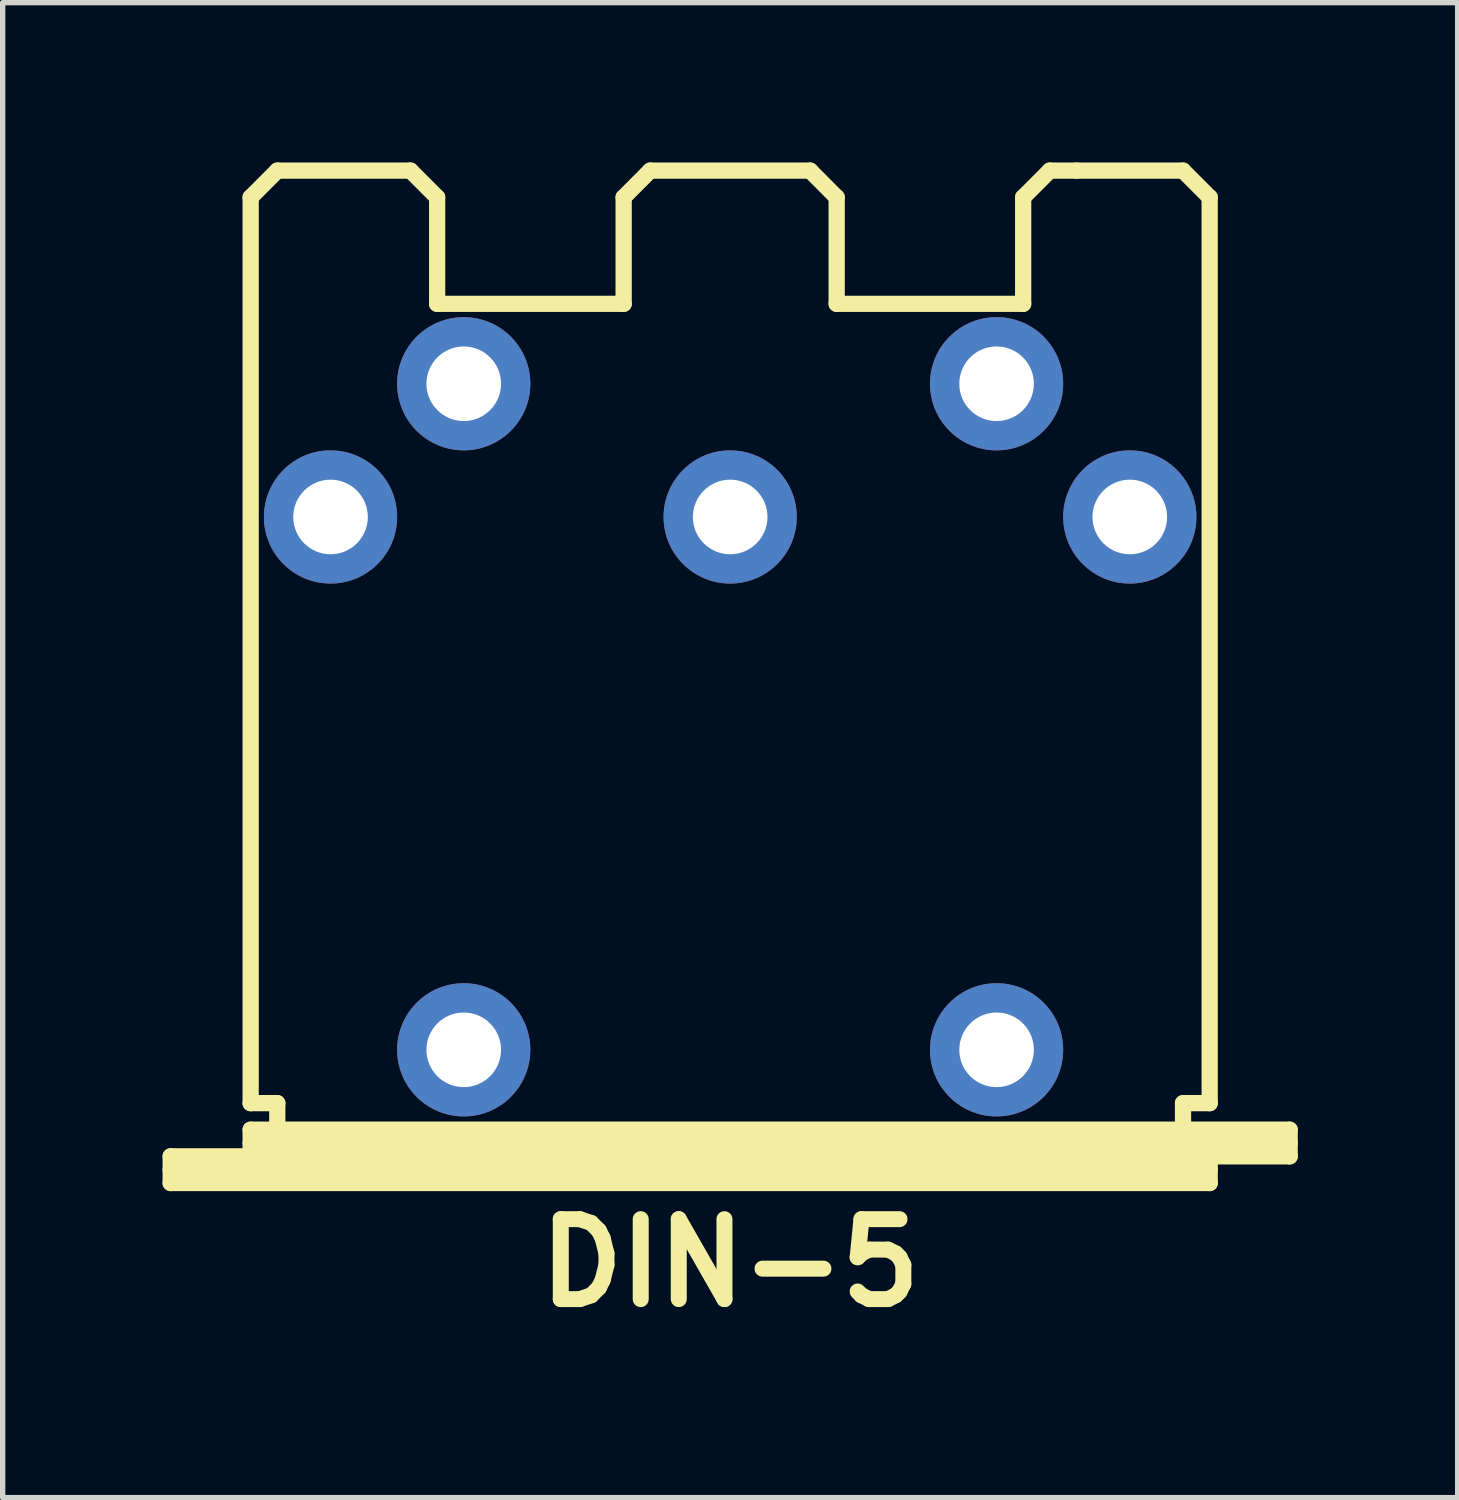
<source format=kicad_pcb>
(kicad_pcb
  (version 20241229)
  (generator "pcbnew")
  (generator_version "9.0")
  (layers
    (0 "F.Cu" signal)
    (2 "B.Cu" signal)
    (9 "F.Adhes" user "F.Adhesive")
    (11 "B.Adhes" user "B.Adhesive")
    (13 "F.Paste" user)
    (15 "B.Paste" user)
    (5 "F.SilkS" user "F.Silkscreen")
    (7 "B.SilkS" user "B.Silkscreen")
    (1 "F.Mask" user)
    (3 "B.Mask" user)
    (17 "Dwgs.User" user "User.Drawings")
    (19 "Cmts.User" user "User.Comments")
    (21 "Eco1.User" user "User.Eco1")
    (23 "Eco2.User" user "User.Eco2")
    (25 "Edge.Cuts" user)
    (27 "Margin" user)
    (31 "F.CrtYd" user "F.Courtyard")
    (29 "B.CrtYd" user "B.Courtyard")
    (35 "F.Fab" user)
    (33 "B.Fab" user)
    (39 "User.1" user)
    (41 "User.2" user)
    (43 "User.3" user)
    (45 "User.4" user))
  (footprint "DIN-5"
    (layer "F.Cu")
    (at 10.653 9.652)
    (property "Reference" "DIN-5" (at 0 11 0) (layer "F.SilkS") (effects (font (size 1.5 1.5) (thickness 0.3))))
    (attr through_hole)
    (fp_line (start -10.5 8.999) (end -8.999 8.999) (stroke (width 0.305) (type solid)) (layer "F.SilkS"))
    (fp_line (start -10.5 9.251) (end 8.999 9.251) (stroke (width 0.305) (type solid)) (layer "F.SilkS"))
    (fp_line (start -10.5 9.5) (end -10.5 8.999) (stroke (width 0.305) (type solid)) (layer "F.SilkS"))
    (fp_line (start -8.999 -8.999) (end -8.999 8.001) (stroke (width 0.305) (type solid)) (layer "F.SilkS"))
    (fp_line (start -8.999 -8.999) (end -8.499 -9.5) (stroke (width 0.305) (type solid)) (layer "F.SilkS"))
    (fp_line (start -8.999 8.001) (end -8.499 8.001) (stroke (width 0.305) (type solid)) (layer "F.SilkS"))
    (fp_line (start -8.999 8.499) (end 10.5 8.499) (stroke (width 0.305) (type solid)) (layer "F.SilkS"))
    (fp_line (start -8.999 8.75) (end 10.5 8.75) (stroke (width 0.305) (type solid)) (layer "F.SilkS"))
    (fp_line (start -8.999 8.999) (end -8.999 8.499) (stroke (width 0.305) (type solid)) (layer "F.SilkS"))
    (fp_line (start -8.499 -9.5) (end -5.999 -9.5) (stroke (width 0.305) (type solid)) (layer "F.SilkS"))
    (fp_line (start -8.499 8.001) (end -8.499 8.499) (stroke (width 0.305) (type solid)) (layer "F.SilkS"))
    (fp_line (start -5.999 -9.5) (end -5.499 -8.999) (stroke (width 0.305) (type solid)) (layer "F.SilkS"))
    (fp_line (start -5.499 -8.999) (end -5.499 -7) (stroke (width 0.305) (type solid)) (layer "F.SilkS"))
    (fp_line (start -5.499 -7) (end -1.999 -7) (stroke (width 0.305) (type solid)) (layer "F.SilkS"))
    (fp_line (start -1.999 -8.999) (end -1.999 -7) (stroke (width 0.305) (type solid)) (layer "F.SilkS"))
    (fp_line (start -1.501 -9.5) (end -1.999 -8.999) (stroke (width 0.305) (type solid)) (layer "F.SilkS"))
    (fp_line (start -1.501 -9.5) (end 1.501 -9.5) (stroke (width 0.305) (type solid)) (layer "F.SilkS"))
    (fp_line (start 1.501 -9.5) (end 1.999 -8.999) (stroke (width 0.305) (type solid)) (layer "F.SilkS"))
    (fp_line (start 1.999 -8.999) (end 1.999 -7) (stroke (width 0.305) (type solid)) (layer "F.SilkS"))
    (fp_line (start 5.499 -8.999) (end 5.499 -7) (stroke (width 0.305) (type solid)) (layer "F.SilkS"))
    (fp_line (start 5.499 -7) (end 1.999 -7) (stroke (width 0.305) (type solid)) (layer "F.SilkS"))
    (fp_line (start 5.999 -9.5) (end 5.499 -8.999) (stroke (width 0.305) (type solid)) (layer "F.SilkS"))
    (fp_line (start 6.5 -9.5) (end 5.999 -9.5) (stroke (width 0.305) (type solid)) (layer "F.SilkS"))
    (fp_line (start 8.499 -9.5) (end 6.5 -9.5) (stroke (width 0.305) (type solid)) (layer "F.SilkS"))
    (fp_line (start 8.499 8.499) (end 8.499 8.001) (stroke (width 0.305) (type solid)) (layer "F.SilkS"))
    (fp_line (start 8.999 -8.999) (end 8.499 -9.5) (stroke (width 0.305) (type solid)) (layer "F.SilkS"))
    (fp_line (start 8.999 -8.999) (end 8.999 8.001) (stroke (width 0.305) (type solid)) (layer "F.SilkS"))
    (fp_line (start 8.999 8.001) (end 8.499 8.001) (stroke (width 0.305) (type solid)) (layer "F.SilkS"))
    (fp_line (start 8.999 8.999) (end -8.999 8.999) (stroke (width 0.305) (type solid)) (layer "F.SilkS"))
    (fp_line (start 8.999 8.999) (end 8.999 9.5) (stroke (width 0.305) (type solid)) (layer "F.SilkS"))
    (fp_line (start 8.999 9.5) (end -10.5 9.5) (stroke (width 0.305) (type solid)) (layer "F.SilkS"))
    (fp_line (start 10.5 8.499) (end 10.5 8.999) (stroke (width 0.305) (type solid)) (layer "F.SilkS"))
    (fp_line (start 10.5 8.999) (end 8.999 8.999) (stroke (width 0.305) (type solid)) (layer "F.SilkS"))
    (pad "1" thru_hole circle (at 7.5 -3) (size 2.5 2.5) (drill 1.4) (layers "*.Cu" "*.Mask"))
    (pad "2" thru_hole circle (at 0 -3) (size 2.5 2.5) (drill 1.4) (layers "*.Cu" "*.Mask"))
    (pad "3" thru_hole circle (at -7.5 -3) (size 2.5 2.5) (drill 1.4) (layers "*.Cu" "*.Mask"))
    (pad "4" thru_hole circle (at 5 -5.5) (size 2.5 2.5) (drill 1.4) (layers "*.Cu" "*.Mask"))
    (pad "5" thru_hole circle (at -5 -5.5) (size 2.5 2.5) (drill 1.4) (layers "*.Cu" "*.Mask"))
    (pad "6" thru_hole circle (at -5 7) (size 2.5 2.5) (drill 1.4) (layers "*.Cu" "*.Mask"))
    (pad "6" thru_hole circle (at 5 7) (size 2.5 2.5) (drill 1.4) (layers "*.Cu" "*.Mask")))
  (gr_rect
    (start -3 -3)
    (end 24.306 25.056)
    (stroke (width 0.1) (type default))
    (fill no)
    (layer "Edge.Cuts")))
</source>
